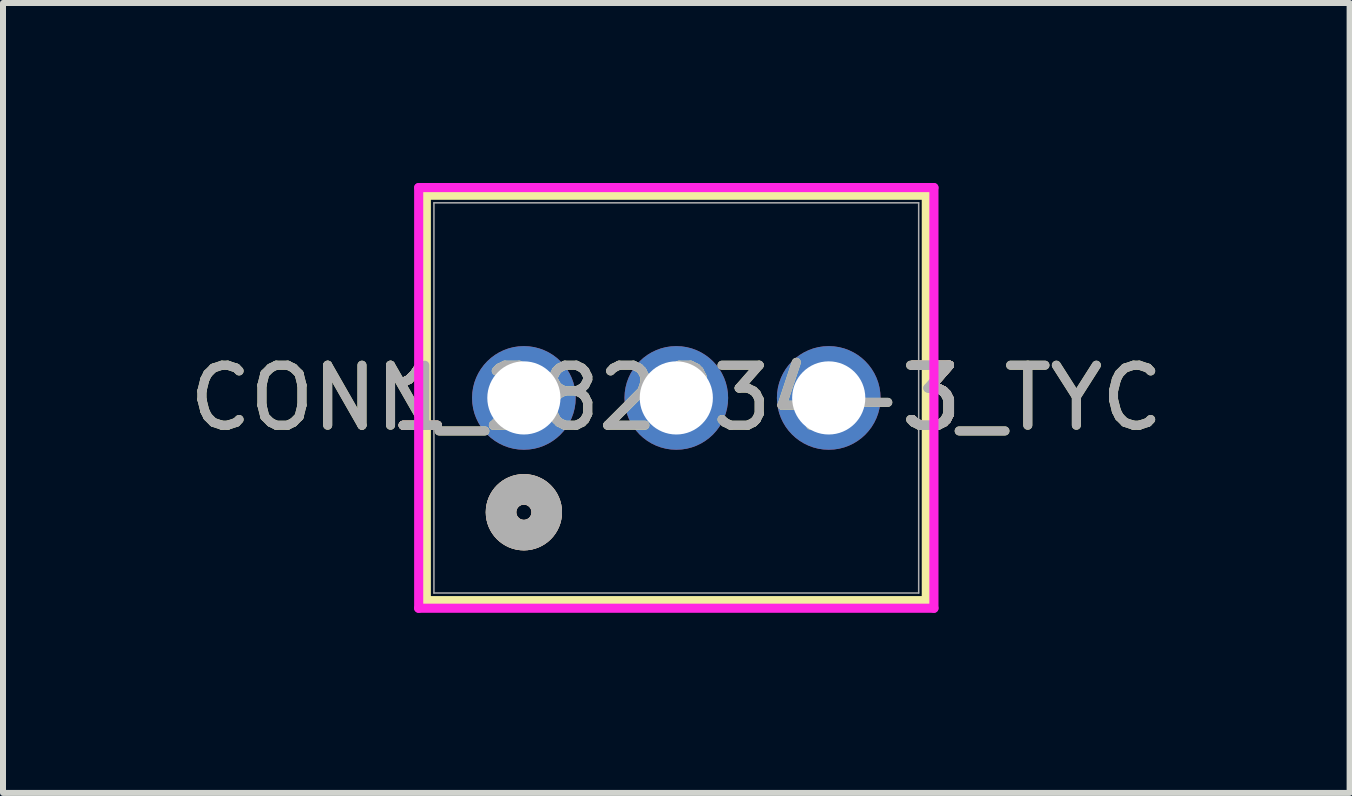
<source format=kicad_pcb>
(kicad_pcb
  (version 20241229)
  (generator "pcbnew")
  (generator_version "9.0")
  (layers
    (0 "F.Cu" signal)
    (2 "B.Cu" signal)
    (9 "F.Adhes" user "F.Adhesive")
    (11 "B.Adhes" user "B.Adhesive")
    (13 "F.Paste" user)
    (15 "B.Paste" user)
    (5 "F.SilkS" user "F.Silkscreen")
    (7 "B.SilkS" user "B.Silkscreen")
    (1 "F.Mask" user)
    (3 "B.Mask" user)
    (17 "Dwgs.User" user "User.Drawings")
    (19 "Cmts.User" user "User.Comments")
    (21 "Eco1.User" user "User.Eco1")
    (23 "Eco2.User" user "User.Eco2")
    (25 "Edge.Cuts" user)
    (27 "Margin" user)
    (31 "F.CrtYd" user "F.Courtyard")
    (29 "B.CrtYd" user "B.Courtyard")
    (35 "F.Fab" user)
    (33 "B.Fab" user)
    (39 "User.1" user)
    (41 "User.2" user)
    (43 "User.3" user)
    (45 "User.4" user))
  (footprint "CONN_282834-3_TYC"
    (layer "F.Cu")
    (at 5.68 3.581)
    (property "Reference" "CONN_282834-3_TYC" (at 2.54 0 0) (unlocked yes) (layer "F.SilkS") (effects (font (size 1 1) (thickness 0.15))))
    (attr through_hole)
    (fp_line (start -1.626 -3.378) (end -1.626 3.378) (stroke (width 0.152) (type solid)) (layer "F.SilkS"))
    (fp_line (start -1.626 3.378) (end 6.706 3.378) (stroke (width 0.152) (type solid)) (layer "F.SilkS"))
    (fp_line (start 6.706 -3.378) (end -1.626 -3.378) (stroke (width 0.152) (type solid)) (layer "F.SilkS"))
    (fp_line (start 6.706 3.378) (end 6.706 -3.378) (stroke (width 0.152) (type solid)) (layer "F.SilkS"))
    (fp_circle (center 0 1.905) (end 0.381 1.905) (stroke (width 0.508) (type solid)) (fill no) (layer "F.SilkS"))
    (fp_circle (center 0 1.905) (end 0.381 1.905) (stroke (width 0.508) (type solid)) (fill no) (layer "B.SilkS"))
    (fp_line (start -1.753 -3.505) (end -1.753 3.505) (stroke (width 0.152) (type solid)) (layer "F.CrtYd"))
    (fp_line (start -1.753 3.505) (end 6.833 3.505) (stroke (width 0.152) (type solid)) (layer "F.CrtYd"))
    (fp_line (start 6.833 -3.505) (end -1.753 -3.505) (stroke (width 0.152) (type solid)) (layer "F.CrtYd"))
    (fp_line (start 6.833 3.505) (end 6.833 -3.505) (stroke (width 0.152) (type solid)) (layer "F.CrtYd"))
    (fp_line (start -1.499 -3.251) (end -1.499 3.251) (stroke (width 0.025) (type solid)) (layer "F.Fab"))
    (fp_line (start -1.499 3.251) (end 6.579 3.251) (stroke (width 0.025) (type solid)) (layer "F.Fab"))
    (fp_line (start 6.579 -3.251) (end -1.499 -3.251) (stroke (width 0.025) (type solid)) (layer "F.Fab"))
    (fp_line (start 6.579 3.251) (end 6.579 -3.251) (stroke (width 0.025) (type solid)) (layer "F.Fab"))
    (fp_circle (center 0 1.905) (end 0.381 1.905) (stroke (width 0.508) (type solid)) (fill no) (layer "F.Fab"))
    (fp_text user "1" (at -1.727 0 0) (unlocked yes) (layer "F.SilkS") (effects (font (size 1 1) (thickness 0.15))))
    (fp_text user "3" (at 6.807 0 0) (unlocked yes) (layer "F.SilkS") (effects (font (size 1 1) (thickness 0.15))))
    (fp_text user "3" (at 6.807 0 0) (unlocked yes) (layer "F.SilkS") (effects (font (size 1 1) (thickness 0.15))))
    (fp_text user "1" (at -1.727 0 0) (unlocked yes) (layer "F.SilkS") (effects (font (size 1 1) (thickness 0.15))))
    (fp_text user "3" (at 6.807 0 0) (unlocked yes) (layer "B.SilkS") (effects (font (size 1 1) (thickness 0.15))))
    (fp_text user "1" (at -1.727 0 0) (unlocked yes) (layer "B.SilkS") (effects (font (size 1 1) (thickness 0.15))))
    (fp_text user "3" (at 6.807 0 0) (unlocked yes) (layer "B.SilkS") (effects (font (size 1 1) (thickness 0.15))))
    (fp_text user "1" (at -1.727 0 0) (unlocked yes) (layer "B.SilkS") (effects (font (size 1 1) (thickness 0.15))))
    (fp_text user "3" (at 6.807 0 0) (unlocked yes) (layer "F.Fab") (effects (font (size 1 1) (thickness 0.15))))
    (fp_text user "${REFERENCE}" (at 2.54 0 0) (unlocked yes) (layer "F.Fab") (effects (font (size 1 1) (thickness 0.15))))
    (fp_text user "1" (at -1.727 0 0) (unlocked yes) (layer "F.Fab") (effects (font (size 1 1) (thickness 0.15))))
    (fp_text user "3" (at 6.807 0 0) (unlocked yes) (layer "F.Fab") (effects (font (size 1 1) (thickness 0.15))))
    (fp_text user "1" (at -1.727 0 0) (unlocked yes) (layer "F.Fab") (effects (font (size 1 1) (thickness 0.15))))
    (pad "1" thru_hole circle (at 0 0) (size 1.727 1.727) (drill 1.219) (layers "*.Cu" "*.Mask"))
    (pad "2" thru_hole circle (at 2.54 0) (size 1.727 1.727) (drill 1.219) (layers "*.Cu" "*.Mask"))
    (pad "3" thru_hole circle (at 5.08 0) (size 1.727 1.727) (drill 1.219) (layers "*.Cu" "*.Mask")))
  (gr_rect
    (start -3 -3)
    (end 19.44 10.163)
    (stroke (width 0.1) (type default))
    (fill no)
    (layer "Edge.Cuts")))
</source>
